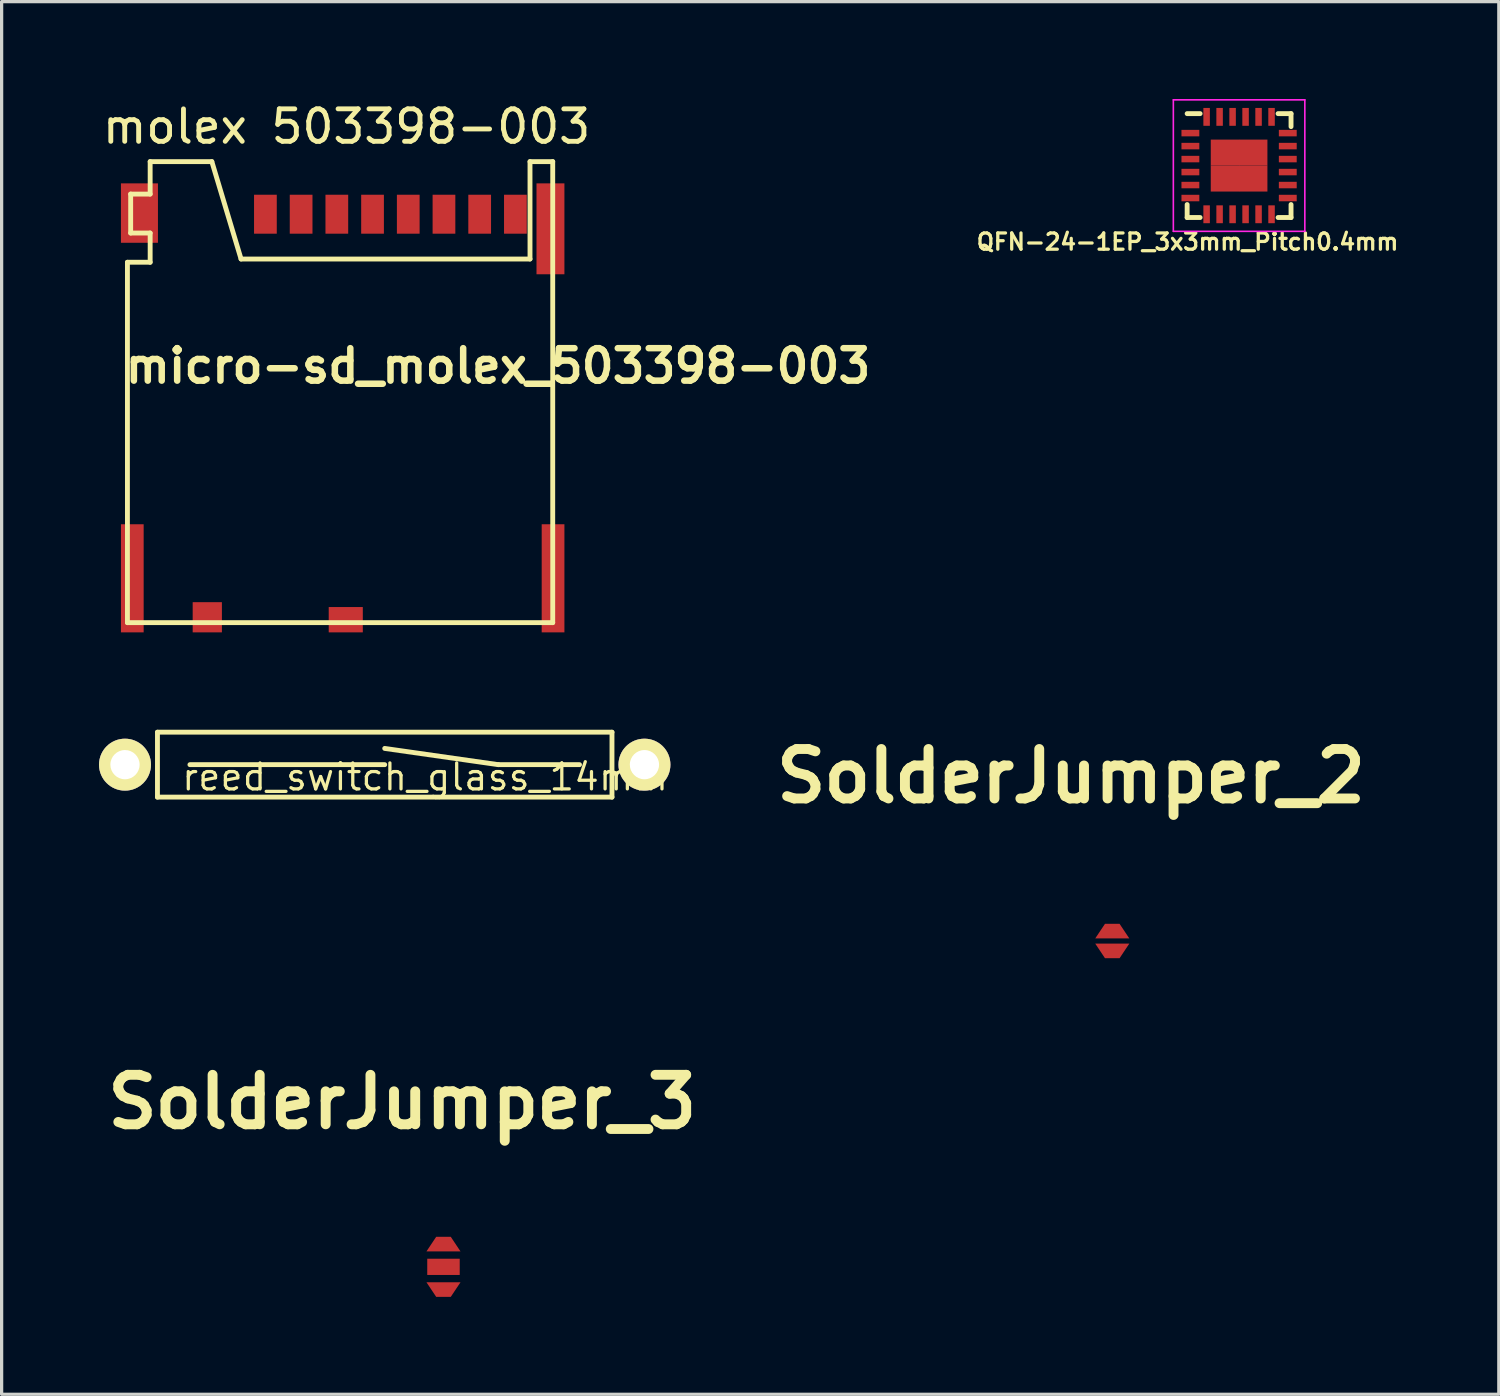
<source format=kicad_pcb>
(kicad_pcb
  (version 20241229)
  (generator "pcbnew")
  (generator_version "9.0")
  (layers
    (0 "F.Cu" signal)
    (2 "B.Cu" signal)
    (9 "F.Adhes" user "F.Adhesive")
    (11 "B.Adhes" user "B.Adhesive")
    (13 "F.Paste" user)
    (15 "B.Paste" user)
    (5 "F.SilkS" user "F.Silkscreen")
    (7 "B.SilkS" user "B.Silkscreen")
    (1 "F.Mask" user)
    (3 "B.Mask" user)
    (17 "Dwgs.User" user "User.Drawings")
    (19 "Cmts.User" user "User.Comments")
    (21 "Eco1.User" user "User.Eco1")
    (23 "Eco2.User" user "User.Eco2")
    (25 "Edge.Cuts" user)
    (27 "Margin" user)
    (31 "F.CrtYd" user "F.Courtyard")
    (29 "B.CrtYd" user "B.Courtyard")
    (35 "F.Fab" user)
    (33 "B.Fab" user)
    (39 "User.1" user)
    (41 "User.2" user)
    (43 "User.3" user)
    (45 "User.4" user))
  (footprint "reed_switch_glass_14mm"
    (layer "F.Cu")
    (at 8.8 20.503)
    (property "Reference" "reed_switch_glass_14mm" (at 1.245 0.381 0) (layer "F.SilkS") (effects (font (size 0.8 0.8) (thickness 0.1))))
    (attr through_hole)
    (fp_line (start -7 -1) (end -7 1) (stroke (width 0.15) (type solid)) (layer "F.SilkS"))
    (fp_line (start -7 1) (end 7 1) (stroke (width 0.15) (type solid)) (layer "F.SilkS"))
    (fp_line (start -6 0) (end 0 0) (stroke (width 0.15) (type solid)) (layer "F.SilkS"))
    (fp_line (start 0 -0.5) (end 3.5 0) (stroke (width 0.15) (type solid)) (layer "F.SilkS"))
    (fp_line (start 3.5 0) (end 6 0) (stroke (width 0.15) (type solid)) (layer "F.SilkS"))
    (fp_line (start 7 -1) (end -7 -1) (stroke (width 0.15) (type solid)) (layer "F.SilkS"))
    (fp_line (start 7 1) (end 7 -1) (stroke (width 0.15) (type solid)) (layer "F.SilkS"))
    (pad "1" thru_hole circle (at -8 0) (size 1.6 1.6) (drill 0.9) (layers "*.Cu" "*.Mask" "F.SilkS"))
    (pad "2" thru_hole circle (at 8 0) (size 1.6 1.6) (drill 0.9) (layers "*.Cu" "*.Mask" "F.SilkS")))
  (footprint "SolderJumper_3"
    (layer "F.Cu")
    (at 10.61 35.971)
    (property "Reference" "SolderJumper_3" (at -1.27 -5.08 0) (layer "F.SilkS") (effects (font (size 1.524 1.524) (thickness 0.305))))
    (attr through_hole)
    (fp_line (start -0.356 -0.4) (end 0.356 -0.4) (stroke (width 0.381) (type solid)) (layer "F.Mask"))
    (fp_line (start -0.356 0.4) (end 0.356 0.4) (stroke (width 0.381) (type solid)) (layer "F.Mask"))
    (pad "1" smd trapezoid (at 0 -0.7) (size 0.749 0.45) (rect_delta 0 0.3) (layers "F.Cu" "F.Mask" "F.Paste"))
    (pad "2" smd rect (at 0 0) (size 1 0.5) (layers "F.Cu" "F.Mask" "F.Paste"))
    (pad "3" smd trapezoid (at 0 0.7) (size 0.749 0.45) (rect_delta 0 -0.3) (layers "F.Cu" "F.Mask" "F.Paste")))
  (footprint "QFN-24-1EP_3x3mm_Pitch0.4mm"
    (layer "F.Cu")
    (at 35.116 2.05)
    (property "Reference" "QFN-24-1EP_3x3mm_Pitch0.4mm" (at -1.587 2.349 0) (layer "F.SilkS") (effects (font (size 0.5 0.5) (thickness 0.1))))
    (attr smd)
    (fp_line (start -1.6 -1.6) (end -1.2 -1.6) (stroke (width 0.15) (type solid)) (layer "F.SilkS"))
    (fp_line (start -1.6 1.6) (end -1.6 1.2) (stroke (width 0.15) (type solid)) (layer "F.SilkS"))
    (fp_line (start -1.6 1.6) (end -1.2 1.6) (stroke (width 0.15) (type solid)) (layer "F.SilkS"))
    (fp_line (start 1.6 -1.6) (end 1.2 -1.6) (stroke (width 0.15) (type solid)) (layer "F.SilkS"))
    (fp_line (start 1.6 -1.6) (end 1.6 -1.2) (stroke (width 0.15) (type solid)) (layer "F.SilkS"))
    (fp_line (start 1.6 1.6) (end 1.2 1.6) (stroke (width 0.15) (type solid)) (layer "F.SilkS"))
    (fp_line (start 1.6 1.6) (end 1.6 1.2) (stroke (width 0.15) (type solid)) (layer "F.SilkS"))
    (fp_line (start -2.025 -2.025) (end 2.025 -2.025) (stroke (width 0.05) (type solid)) (layer "F.CrtYd"))
    (fp_line (start -2.025 2.025) (end -2.025 -2.025) (stroke (width 0.05) (type solid)) (layer "F.CrtYd"))
    (fp_line (start 2.025 -2.025) (end 2.025 2.025) (stroke (width 0.05) (type solid)) (layer "F.CrtYd"))
    (fp_line (start 2.025 2.025) (end -2.025 2.025) (stroke (width 0.05) (type solid)) (layer "F.CrtYd"))
    (pad "1" smd rect (at -1.5 -1) (size 0.55 0.2) (layers "F.Cu" "F.Mask" "F.Paste"))
    (pad "2" smd rect (at -1.5 -0.6) (size 0.55 0.2) (layers "F.Cu" "F.Mask" "F.Paste"))
    (pad "3" smd rect (at -1.5 -0.2) (size 0.55 0.2) (layers "F.Cu" "F.Mask" "F.Paste"))
    (pad "4" smd rect (at -1.5 0.2) (size 0.55 0.2) (layers "F.Cu" "F.Mask" "F.Paste"))
    (pad "5" smd rect (at -1.5 0.6) (size 0.55 0.2) (layers "F.Cu" "F.Mask" "F.Paste"))
    (pad "6" smd rect (at -1.5 1) (size 0.55 0.2) (layers "F.Cu" "F.Mask" "F.Paste"))
    (pad "7" smd rect (at -1 1.5 90) (size 0.55 0.2) (layers "F.Cu" "F.Mask" "F.Paste"))
    (pad "8" smd rect (at -0.6 1.5 90) (size 0.55 0.2) (layers "F.Cu" "F.Mask" "F.Paste"))
    (pad "9" smd rect (at -0.2 1.5 90) (size 0.55 0.2) (layers "F.Cu" "F.Mask" "F.Paste"))
    (pad "10" smd rect (at 0.2 1.5 90) (size 0.55 0.2) (layers "F.Cu" "F.Mask" "F.Paste"))
    (pad "11" smd rect (at 0.6 1.5 90) (size 0.55 0.2) (layers "F.Cu" "F.Mask" "F.Paste"))
    (pad "12" smd rect (at 1 1.5 90) (size 0.55 0.2) (layers "F.Cu" "F.Mask" "F.Paste"))
    (pad "13" smd rect (at 1.5 1) (size 0.55 0.2) (layers "F.Cu" "F.Mask" "F.Paste"))
    (pad "14" smd rect (at 1.5 0.6) (size 0.55 0.2) (layers "F.Cu" "F.Mask" "F.Paste"))
    (pad "15" smd rect (at 1.5 0.2) (size 0.55 0.2) (layers "F.Cu" "F.Mask" "F.Paste"))
    (pad "16" smd rect (at 1.5 -0.2) (size 0.55 0.2) (layers "F.Cu" "F.Mask" "F.Paste"))
    (pad "17" smd rect (at 1.5 -0.6) (size 0.55 0.2) (layers "F.Cu" "F.Mask" "F.Paste"))
    (pad "18" smd rect (at 1.5 -1) (size 0.55 0.2) (layers "F.Cu" "F.Mask" "F.Paste"))
    (pad "19" smd rect (at 1 -1.5 90) (size 0.55 0.2) (layers "F.Cu" "F.Mask" "F.Paste"))
    (pad "20" smd rect (at 0.6 -1.5 90) (size 0.55 0.2) (layers "F.Cu" "F.Mask" "F.Paste"))
    (pad "21" smd rect (at 0.2 -1.5 90) (size 0.55 0.2) (layers "F.Cu" "F.Mask" "F.Paste"))
    (pad "22" smd rect (at -0.2 -1.5 90) (size 0.55 0.2) (layers "F.Cu" "F.Mask" "F.Paste"))
    (pad "23" smd rect (at -0.6 -1.5 90) (size 0.55 0.2) (layers "F.Cu" "F.Mask" "F.Paste"))
    (pad "24" smd rect (at -1 -1.5 90) (size 0.55 0.2) (layers "F.Cu" "F.Mask" "F.Paste"))
    (pad "25" smd rect (at -0.435 -0.4) (size 0.875 0.8) (layers "F.Cu" "F.Mask" "F.Paste"))
    (pad "25" smd rect (at -0.435 0.4) (size 0.875 0.8) (layers "F.Cu" "F.Mask" "F.Paste"))
    (pad "25" smd rect (at 0.435 -0.4) (size 0.875 0.8) (layers "F.Cu" "F.Mask" "F.Paste"))
    (pad "25" smd rect (at 0.435 0.4) (size 0.875 0.8) (layers "F.Cu" "F.Mask" "F.Paste")))
  (footprint "SolderJumper_2"
    (layer "F.Cu")
    (at 31.21 25.935)
    (property "Reference" "SolderJumper_2" (at -1.27 -5.08 0) (layer "F.SilkS") (effects (font (size 1.524 1.524) (thickness 0.305))))
    (attr through_hole)
    (fp_line (start -0.356 0) (end 0.356 0) (stroke (width 0.381) (type solid)) (layer "F.Mask"))
    (pad "1" smd trapezoid (at 0 -0.305) (size 0.749 0.45) (rect_delta 0 0.3) (layers "F.Cu" "F.Mask" "F.Paste"))
    (pad "2" smd trapezoid (at 0 0.305) (size 0.749 0.45) (rect_delta 0 -0.3) (layers "F.Cu" "F.Mask" "F.Paste")))
  (footprint "micro-sd_molex_503398-003"
    (layer "F.Cu")
    (at 5.125 3.548)
    (property "Reference" "micro-sd_molex_503398-003" (at 7.163 4.674 0) (layer "F.SilkS") (effects (font (size 1 1) (thickness 0.2))))
    (attr through_hole)
    (fp_line (start -4.25 1.48) (end -3.55 1.48) (stroke (width 0.15) (type solid)) (layer "F.SilkS"))
    (fp_line (start -4.25 12.58) (end -4.25 1.48) (stroke (width 0.15) (type solid)) (layer "F.SilkS"))
    (fp_line (start -4.15 -0.62) (end -3.55 -0.62) (stroke (width 0.15) (type solid)) (layer "F.SilkS"))
    (fp_line (start -4.15 0.58) (end -4.15 -0.62) (stroke (width 0.15) (type solid)) (layer "F.SilkS"))
    (fp_line (start -3.55 -1.62) (end -1.65 -1.62) (stroke (width 0.15) (type solid)) (layer "F.SilkS"))
    (fp_line (start -3.55 -0.62) (end -3.55 -1.62) (stroke (width 0.15) (type solid)) (layer "F.SilkS"))
    (fp_line (start -3.55 0.58) (end -4.15 0.58) (stroke (width 0.15) (type solid)) (layer "F.SilkS"))
    (fp_line (start -3.55 1.48) (end -3.55 0.58) (stroke (width 0.15) (type solid)) (layer "F.SilkS"))
    (fp_line (start -1.65 -1.62) (end -0.75 1.38) (stroke (width 0.15) (type solid)) (layer "F.SilkS"))
    (fp_line (start -0.75 1.38) (end 8.15 1.38) (stroke (width 0.15) (type solid)) (layer "F.SilkS"))
    (fp_line (start 8.15 -1.62) (end 8.85 -1.62) (stroke (width 0.15) (type solid)) (layer "F.SilkS"))
    (fp_line (start 8.15 1.38) (end 8.15 -1.62) (stroke (width 0.15) (type solid)) (layer "F.SilkS"))
    (fp_line (start 8.85 -1.62) (end 8.85 12.58) (stroke (width 0.15) (type solid)) (layer "F.SilkS"))
    (fp_line (start 8.85 12.58) (end -4.25 12.58) (stroke (width 0.15) (type solid)) (layer "F.SilkS"))
    (fp_text user "molex 503398-003" (at 2.5 -2.7 0) (layer "F.SilkS") (effects (font (size 1 1) (thickness 0.15))))
    (pad "" smd rect (at -4.1 11.215) (size 0.7 3.33) (layers "F.Cu" "F.Mask" "F.Paste"))
    (pad "" smd rect (at -3.88 -0.035) (size 1.14 1.83) (layers "F.Cu" "F.Mask" "F.Paste"))
    (pad "" smd rect (at 8.78 0.45) (size 0.86 2.8) (layers "F.Cu" "F.Mask" "F.Paste"))
    (pad "" smd rect (at 8.86 11.215) (size 0.7 3.33) (layers "F.Cu" "F.Mask" "F.Paste"))
    (pad "1" smd rect (at 0 0) (size 0.7 1.2) (layers "F.Cu" "F.Mask" "F.Paste"))
    (pad "2" smd rect (at 1.1 0) (size 0.7 1.2) (layers "F.Cu" "F.Mask" "F.Paste"))
    (pad "3" smd rect (at 2.2 0) (size 0.7 1.2) (layers "F.Cu" "F.Mask" "F.Paste"))
    (pad "4" smd rect (at 3.3 0) (size 0.7 1.2) (layers "F.Cu" "F.Mask" "F.Paste"))
    (pad "5" smd rect (at 4.4 0) (size 0.7 1.2) (layers "F.Cu" "F.Mask" "F.Paste"))
    (pad "6" smd rect (at 5.5 0) (size 0.7 1.2) (layers "F.Cu" "F.Mask" "F.Paste"))
    (pad "7" smd rect (at 6.6 0) (size 0.7 1.2) (layers "F.Cu" "F.Mask" "F.Paste"))
    (pad "8" smd rect (at 7.7 0) (size 0.7 1.2) (layers "F.Cu" "F.Mask" "F.Paste"))
    (pad "CD1" smd rect (at -1.79 12.415) (size 0.9 0.93) (layers "F.Cu" "F.Mask" "F.Paste"))
    (pad "CD2" smd rect (at 2.475 12.49) (size 1.05 0.78) (layers "F.Cu" "F.Mask" "F.Paste")))
  (gr_rect
    (start -3 -3)
    (end 43.116 39.896)
    (stroke (width 0.1) (type default))
    (fill no)
    (layer "Edge.Cuts")))
</source>
